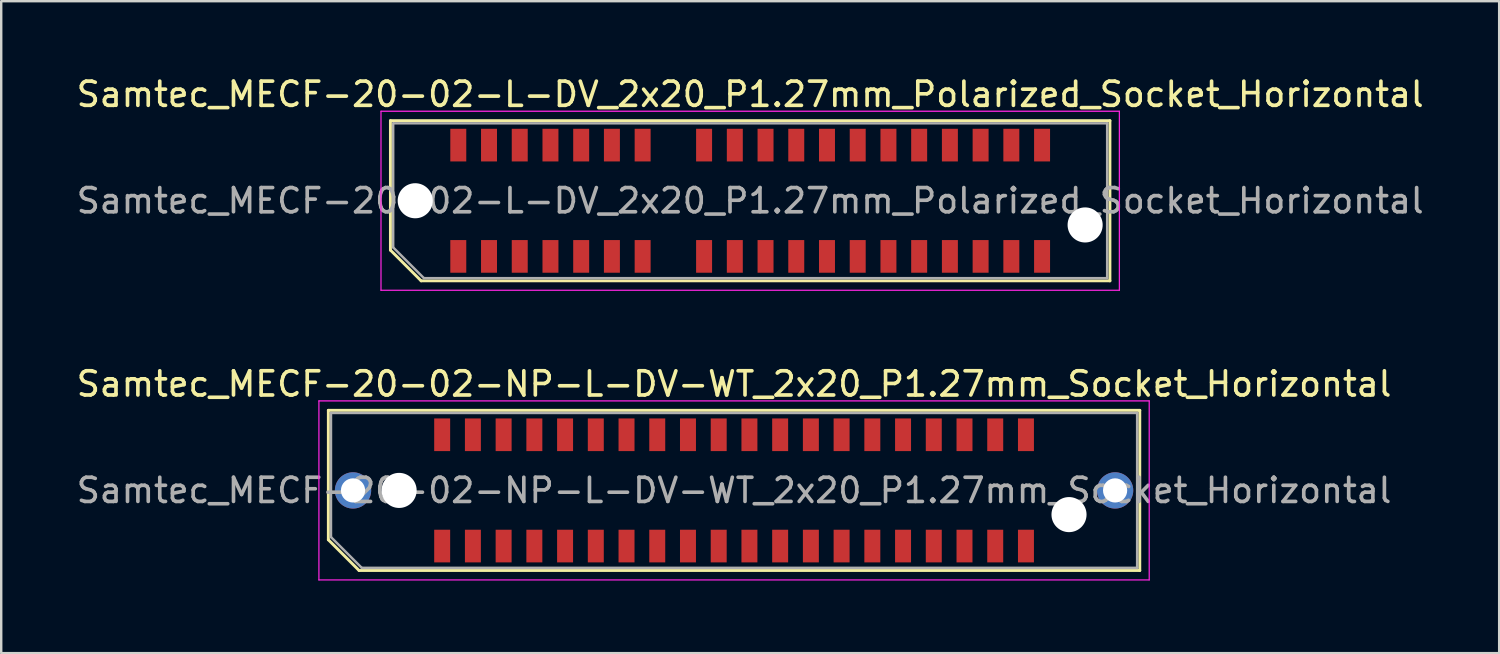
<source format=kicad_pcb>
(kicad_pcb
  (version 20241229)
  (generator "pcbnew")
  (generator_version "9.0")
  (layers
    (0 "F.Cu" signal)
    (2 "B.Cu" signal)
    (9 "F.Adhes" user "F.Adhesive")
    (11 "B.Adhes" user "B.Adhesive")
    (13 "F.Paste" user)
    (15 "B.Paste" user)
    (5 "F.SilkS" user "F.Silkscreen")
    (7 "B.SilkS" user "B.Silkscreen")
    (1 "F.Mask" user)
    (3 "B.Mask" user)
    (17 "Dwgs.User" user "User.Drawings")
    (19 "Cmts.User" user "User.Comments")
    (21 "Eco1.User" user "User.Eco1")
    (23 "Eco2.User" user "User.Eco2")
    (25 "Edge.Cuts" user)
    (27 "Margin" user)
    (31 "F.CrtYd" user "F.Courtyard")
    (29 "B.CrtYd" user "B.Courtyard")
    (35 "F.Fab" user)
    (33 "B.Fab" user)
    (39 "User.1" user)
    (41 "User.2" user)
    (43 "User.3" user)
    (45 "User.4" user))
  (footprint "Samtec_MECF-20-02-NP-L-DV-WT_2x20_P1.27mm_Socket_Horizontal"
    (layer "F.Cu")
    (at 27.292 17.221)
    (property "Reference" "Samtec_MECF-20-02-NP-L-DV-WT_2x20_P1.27mm_Socket_Horizontal" (at 0 -4.4 0) (layer "F.SilkS") (effects (font (size 1 1) (thickness 0.15))))
    (attr smd)
    (fp_line (start -16.77 -3.31) (end 16.77 -3.31) (stroke (width 0.12) (type solid)) (layer "F.SilkS"))
    (fp_line (start -16.77 2.04) (end -16.77 -3.31) (stroke (width 0.12) (type solid)) (layer "F.SilkS"))
    (fp_line (start -15.5 3.31) (end -16.77 2.04) (stroke (width 0.12) (type solid)) (layer "F.SilkS"))
    (fp_line (start -15.5 3.31) (end 16.77 3.31) (stroke (width 0.12) (type solid)) (layer "F.SilkS"))
    (fp_line (start 16.77 3.31) (end 16.77 -3.31) (stroke (width 0.12) (type solid)) (layer "F.SilkS"))
    (fp_line (start -17.16 -3.7) (end -17.16 3.7) (stroke (width 0.05) (type solid)) (layer "F.CrtYd"))
    (fp_line (start -17.16 3.7) (end 17.16 3.7) (stroke (width 0.05) (type solid)) (layer "F.CrtYd"))
    (fp_line (start 17.16 -3.7) (end -17.16 -3.7) (stroke (width 0.05) (type solid)) (layer "F.CrtYd"))
    (fp_line (start 17.16 3.7) (end 17.16 -3.7) (stroke (width 0.05) (type solid)) (layer "F.CrtYd"))
    (fp_line (start -16.66 -3.2) (end 16.66 -3.2) (stroke (width 0.1) (type solid)) (layer "F.Fab"))
    (fp_line (start -16.66 1.93) (end -16.66 -3.2) (stroke (width 0.1) (type solid)) (layer "F.Fab"))
    (fp_line (start -16.66 1.93) (end -15.39 3.2) (stroke (width 0.1) (type solid)) (layer "F.Fab"))
    (fp_line (start -15.39 3.2) (end 16.66 3.2) (stroke (width 0.1) (type solid)) (layer "F.Fab"))
    (fp_line (start 16.66 3.2) (end 16.66 -3.2) (stroke (width 0.1) (type solid)) (layer "F.Fab"))
    (fp_text user "${REFERENCE}" (at 0 0 0) (layer "F.Fab") (effects (font (size 1 1) (thickness 0.15))))
    (pad "" thru_hole circle (at -15.75 0) (size 1.5 1.5) (drill 1) (layers "*.Cu" "*.Mask"))
    (pad "" np_thru_hole circle (at -13.845 0) (size 1.45 1.45) (drill 1.45) (layers "*.Cu" "*.Mask"))
    (pad "" np_thru_hole circle (at 13.845 1) (size 1.45 1.45) (drill 1.45) (layers "*.Cu" "*.Mask"))
    (pad "" thru_hole circle (at 15.75 0) (size 1.5 1.5) (drill 1) (layers "*.Cu" "*.Mask"))
    (pad "1" smd rect (at -12.065 2.3) (size 0.66 1.35) (layers "F.Cu" "F.Mask" "F.Paste"))
    (pad "2" smd rect (at -12.065 -2.3) (size 0.66 1.35) (layers "F.Cu" "F.Mask" "F.Paste"))
    (pad "3" smd rect (at -10.795 2.3) (size 0.66 1.35) (layers "F.Cu" "F.Mask" "F.Paste"))
    (pad "4" smd rect (at -10.795 -2.3) (size 0.66 1.35) (layers "F.Cu" "F.Mask" "F.Paste"))
    (pad "5" smd rect (at -9.525 2.3) (size 0.66 1.35) (layers "F.Cu" "F.Mask" "F.Paste"))
    (pad "6" smd rect (at -9.525 -2.3) (size 0.66 1.35) (layers "F.Cu" "F.Mask" "F.Paste"))
    (pad "7" smd rect (at -8.255 2.3) (size 0.66 1.35) (layers "F.Cu" "F.Mask" "F.Paste"))
    (pad "8" smd rect (at -8.255 -2.3) (size 0.66 1.35) (layers "F.Cu" "F.Mask" "F.Paste"))
    (pad "9" smd rect (at -6.985 2.3) (size 0.66 1.35) (layers "F.Cu" "F.Mask" "F.Paste"))
    (pad "10" smd rect (at -6.985 -2.3) (size 0.66 1.35) (layers "F.Cu" "F.Mask" "F.Paste"))
    (pad "11" smd rect (at -5.715 2.3) (size 0.66 1.35) (layers "F.Cu" "F.Mask" "F.Paste"))
    (pad "12" smd rect (at -5.715 -2.3) (size 0.66 1.35) (layers "F.Cu" "F.Mask" "F.Paste"))
    (pad "13" smd rect (at -4.445 2.3) (size 0.66 1.35) (layers "F.Cu" "F.Mask" "F.Paste"))
    (pad "14" smd rect (at -4.445 -2.3) (size 0.66 1.35) (layers "F.Cu" "F.Mask" "F.Paste"))
    (pad "15" smd rect (at -3.175 2.3) (size 0.66 1.35) (layers "F.Cu" "F.Mask" "F.Paste"))
    (pad "16" smd rect (at -3.175 -2.3) (size 0.66 1.35) (layers "F.Cu" "F.Mask" "F.Paste"))
    (pad "17" smd rect (at -1.905 2.3) (size 0.66 1.35) (layers "F.Cu" "F.Mask" "F.Paste"))
    (pad "18" smd rect (at -1.905 -2.3) (size 0.66 1.35) (layers "F.Cu" "F.Mask" "F.Paste"))
    (pad "19" smd rect (at -0.635 2.3) (size 0.66 1.35) (layers "F.Cu" "F.Mask" "F.Paste"))
    (pad "20" smd rect (at -0.635 -2.3) (size 0.66 1.35) (layers "F.Cu" "F.Mask" "F.Paste"))
    (pad "21" smd rect (at 0.635 2.3) (size 0.66 1.35) (layers "F.Cu" "F.Mask" "F.Paste"))
    (pad "22" smd rect (at 0.635 -2.3) (size 0.66 1.35) (layers "F.Cu" "F.Mask" "F.Paste"))
    (pad "23" smd rect (at 1.905 2.3) (size 0.66 1.35) (layers "F.Cu" "F.Mask" "F.Paste"))
    (pad "24" smd rect (at 1.905 -2.3) (size 0.66 1.35) (layers "F.Cu" "F.Mask" "F.Paste"))
    (pad "25" smd rect (at 3.175 2.3) (size 0.66 1.35) (layers "F.Cu" "F.Mask" "F.Paste"))
    (pad "26" smd rect (at 3.175 -2.3) (size 0.66 1.35) (layers "F.Cu" "F.Mask" "F.Paste"))
    (pad "27" smd rect (at 4.445 2.3) (size 0.66 1.35) (layers "F.Cu" "F.Mask" "F.Paste"))
    (pad "28" smd rect (at 4.445 -2.3) (size 0.66 1.35) (layers "F.Cu" "F.Mask" "F.Paste"))
    (pad "29" smd rect (at 5.715 2.3) (size 0.66 1.35) (layers "F.Cu" "F.Mask" "F.Paste"))
    (pad "30" smd rect (at 5.715 -2.3) (size 0.66 1.35) (layers "F.Cu" "F.Mask" "F.Paste"))
    (pad "31" smd rect (at 6.985 2.3) (size 0.66 1.35) (layers "F.Cu" "F.Mask" "F.Paste"))
    (pad "32" smd rect (at 6.985 -2.3) (size 0.66 1.35) (layers "F.Cu" "F.Mask" "F.Paste"))
    (pad "33" smd rect (at 8.255 2.3) (size 0.66 1.35) (layers "F.Cu" "F.Mask" "F.Paste"))
    (pad "34" smd rect (at 8.255 -2.3) (size 0.66 1.35) (layers "F.Cu" "F.Mask" "F.Paste"))
    (pad "35" smd rect (at 9.525 2.3) (size 0.66 1.35) (layers "F.Cu" "F.Mask" "F.Paste"))
    (pad "36" smd rect (at 9.525 -2.3) (size 0.66 1.35) (layers "F.Cu" "F.Mask" "F.Paste"))
    (pad "37" smd rect (at 10.795 2.3) (size 0.66 1.35) (layers "F.Cu" "F.Mask" "F.Paste"))
    (pad "38" smd rect (at 10.795 -2.3) (size 0.66 1.35) (layers "F.Cu" "F.Mask" "F.Paste"))
    (pad "39" smd rect (at 12.065 2.3) (size 0.66 1.35) (layers "F.Cu" "F.Mask" "F.Paste"))
    (pad "40" smd rect (at 12.065 -2.3) (size 0.66 1.35) (layers "F.Cu" "F.Mask" "F.Paste")))
  (footprint "Samtec_MECF-20-02-L-DV_2x20_P1.27mm_Polarized_Socket_Horizontal"
    (layer "F.Cu")
    (at 27.958 5.248)
    (property "Reference" "Samtec_MECF-20-02-L-DV_2x20_P1.27mm_Polarized_Socket_Horizontal" (at 0 -4.4 0) (layer "F.SilkS") (effects (font (size 1 1) (thickness 0.15))))
    (attr smd)
    (fp_line (start -14.87 -3.31) (end 14.87 -3.31) (stroke (width 0.12) (type solid)) (layer "F.SilkS"))
    (fp_line (start -14.87 2.04) (end -14.87 -3.31) (stroke (width 0.12) (type solid)) (layer "F.SilkS"))
    (fp_line (start -13.6 3.31) (end -14.87 2.04) (stroke (width 0.12) (type solid)) (layer "F.SilkS"))
    (fp_line (start -13.6 3.31) (end 14.87 3.31) (stroke (width 0.12) (type solid)) (layer "F.SilkS"))
    (fp_line (start 14.87 3.31) (end 14.87 -3.31) (stroke (width 0.12) (type solid)) (layer "F.SilkS"))
    (fp_line (start -15.26 -3.7) (end -15.26 3.7) (stroke (width 0.05) (type solid)) (layer "F.CrtYd"))
    (fp_line (start -15.26 3.7) (end 15.26 3.7) (stroke (width 0.05) (type solid)) (layer "F.CrtYd"))
    (fp_line (start 15.26 -3.7) (end -15.26 -3.7) (stroke (width 0.05) (type solid)) (layer "F.CrtYd"))
    (fp_line (start 15.26 3.7) (end 15.26 -3.7) (stroke (width 0.05) (type solid)) (layer "F.CrtYd"))
    (fp_line (start -14.755 -3.2) (end 14.755 -3.2) (stroke (width 0.1) (type solid)) (layer "F.Fab"))
    (fp_line (start -14.755 1.93) (end -14.755 -3.2) (stroke (width 0.1) (type solid)) (layer "F.Fab"))
    (fp_line (start -14.755 1.93) (end -13.485 3.2) (stroke (width 0.1) (type solid)) (layer "F.Fab"))
    (fp_line (start -13.485 3.2) (end 14.755 3.2) (stroke (width 0.1) (type solid)) (layer "F.Fab"))
    (fp_line (start 14.755 3.2) (end 14.755 -3.2) (stroke (width 0.1) (type solid)) (layer "F.Fab"))
    (fp_text user "${REFERENCE}" (at 0 0 0) (layer "F.Fab") (effects (font (size 1 1) (thickness 0.15))))
    (pad "" np_thru_hole circle (at -13.845 0) (size 1.45 1.45) (drill 1.45) (layers "*.Cu" "*.Mask"))
    (pad "" np_thru_hole circle (at 13.845 1) (size 1.45 1.45) (drill 1.45) (layers "*.Cu" "*.Mask"))
    (pad "1" smd rect (at -12.065 2.3) (size 0.66 1.35) (layers "F.Cu" "F.Mask" "F.Paste"))
    (pad "2" smd rect (at -12.065 -2.3) (size 0.66 1.35) (layers "F.Cu" "F.Mask" "F.Paste"))
    (pad "3" smd rect (at -10.795 2.3) (size 0.66 1.35) (layers "F.Cu" "F.Mask" "F.Paste"))
    (pad "4" smd rect (at -10.795 -2.3) (size 0.66 1.35) (layers "F.Cu" "F.Mask" "F.Paste"))
    (pad "5" smd rect (at -9.525 2.3) (size 0.66 1.35) (layers "F.Cu" "F.Mask" "F.Paste"))
    (pad "6" smd rect (at -9.525 -2.3) (size 0.66 1.35) (layers "F.Cu" "F.Mask" "F.Paste"))
    (pad "7" smd rect (at -8.255 2.3) (size 0.66 1.35) (layers "F.Cu" "F.Mask" "F.Paste"))
    (pad "8" smd rect (at -8.255 -2.3) (size 0.66 1.35) (layers "F.Cu" "F.Mask" "F.Paste"))
    (pad "9" smd rect (at -6.985 2.3) (size 0.66 1.35) (layers "F.Cu" "F.Mask" "F.Paste"))
    (pad "10" smd rect (at -6.985 -2.3) (size 0.66 1.35) (layers "F.Cu" "F.Mask" "F.Paste"))
    (pad "11" smd rect (at -5.715 2.3) (size 0.66 1.35) (layers "F.Cu" "F.Mask" "F.Paste"))
    (pad "12" smd rect (at -5.715 -2.3) (size 0.66 1.35) (layers "F.Cu" "F.Mask" "F.Paste"))
    (pad "13" smd rect (at -4.445 2.3) (size 0.66 1.35) (layers "F.Cu" "F.Mask" "F.Paste"))
    (pad "14" smd rect (at -4.445 -2.3) (size 0.66 1.35) (layers "F.Cu" "F.Mask" "F.Paste"))
    (pad "17" smd rect (at -1.905 2.3) (size 0.66 1.35) (layers "F.Cu" "F.Mask" "F.Paste"))
    (pad "18" smd rect (at -1.905 -2.3) (size 0.66 1.35) (layers "F.Cu" "F.Mask" "F.Paste"))
    (pad "19" smd rect (at -0.635 2.3) (size 0.66 1.35) (layers "F.Cu" "F.Mask" "F.Paste"))
    (pad "20" smd rect (at -0.635 -2.3) (size 0.66 1.35) (layers "F.Cu" "F.Mask" "F.Paste"))
    (pad "21" smd rect (at 0.635 2.3) (size 0.66 1.35) (layers "F.Cu" "F.Mask" "F.Paste"))
    (pad "22" smd rect (at 0.635 -2.3) (size 0.66 1.35) (layers "F.Cu" "F.Mask" "F.Paste"))
    (pad "23" smd rect (at 1.905 2.3) (size 0.66 1.35) (layers "F.Cu" "F.Mask" "F.Paste"))
    (pad "24" smd rect (at 1.905 -2.3) (size 0.66 1.35) (layers "F.Cu" "F.Mask" "F.Paste"))
    (pad "25" smd rect (at 3.175 2.3) (size 0.66 1.35) (layers "F.Cu" "F.Mask" "F.Paste"))
    (pad "26" smd rect (at 3.175 -2.3) (size 0.66 1.35) (layers "F.Cu" "F.Mask" "F.Paste"))
    (pad "27" smd rect (at 4.445 2.3) (size 0.66 1.35) (layers "F.Cu" "F.Mask" "F.Paste"))
    (pad "28" smd rect (at 4.445 -2.3) (size 0.66 1.35) (layers "F.Cu" "F.Mask" "F.Paste"))
    (pad "29" smd rect (at 5.715 2.3) (size 0.66 1.35) (layers "F.Cu" "F.Mask" "F.Paste"))
    (pad "30" smd rect (at 5.715 -2.3) (size 0.66 1.35) (layers "F.Cu" "F.Mask" "F.Paste"))
    (pad "31" smd rect (at 6.985 2.3) (size 0.66 1.35) (layers "F.Cu" "F.Mask" "F.Paste"))
    (pad "32" smd rect (at 6.985 -2.3) (size 0.66 1.35) (layers "F.Cu" "F.Mask" "F.Paste"))
    (pad "33" smd rect (at 8.255 2.3) (size 0.66 1.35) (layers "F.Cu" "F.Mask" "F.Paste"))
    (pad "34" smd rect (at 8.255 -2.3) (size 0.66 1.35) (layers "F.Cu" "F.Mask" "F.Paste"))
    (pad "35" smd rect (at 9.525 2.3) (size 0.66 1.35) (layers "F.Cu" "F.Mask" "F.Paste"))
    (pad "36" smd rect (at 9.525 -2.3) (size 0.66 1.35) (layers "F.Cu" "F.Mask" "F.Paste"))
    (pad "37" smd rect (at 10.795 2.3) (size 0.66 1.35) (layers "F.Cu" "F.Mask" "F.Paste"))
    (pad "38" smd rect (at 10.795 -2.3) (size 0.66 1.35) (layers "F.Cu" "F.Mask" "F.Paste"))
    (pad "39" smd rect (at 12.065 2.3) (size 0.66 1.35) (layers "F.Cu" "F.Mask" "F.Paste"))
    (pad "40" smd rect (at 12.065 -2.3) (size 0.66 1.35) (layers "F.Cu" "F.Mask" "F.Paste")))
  (gr_rect
    (start -3 -3)
    (end 58.917 23.947)
    (stroke (width 0.1) (type default))
    (fill no)
    (layer "Edge.Cuts")))
</source>
